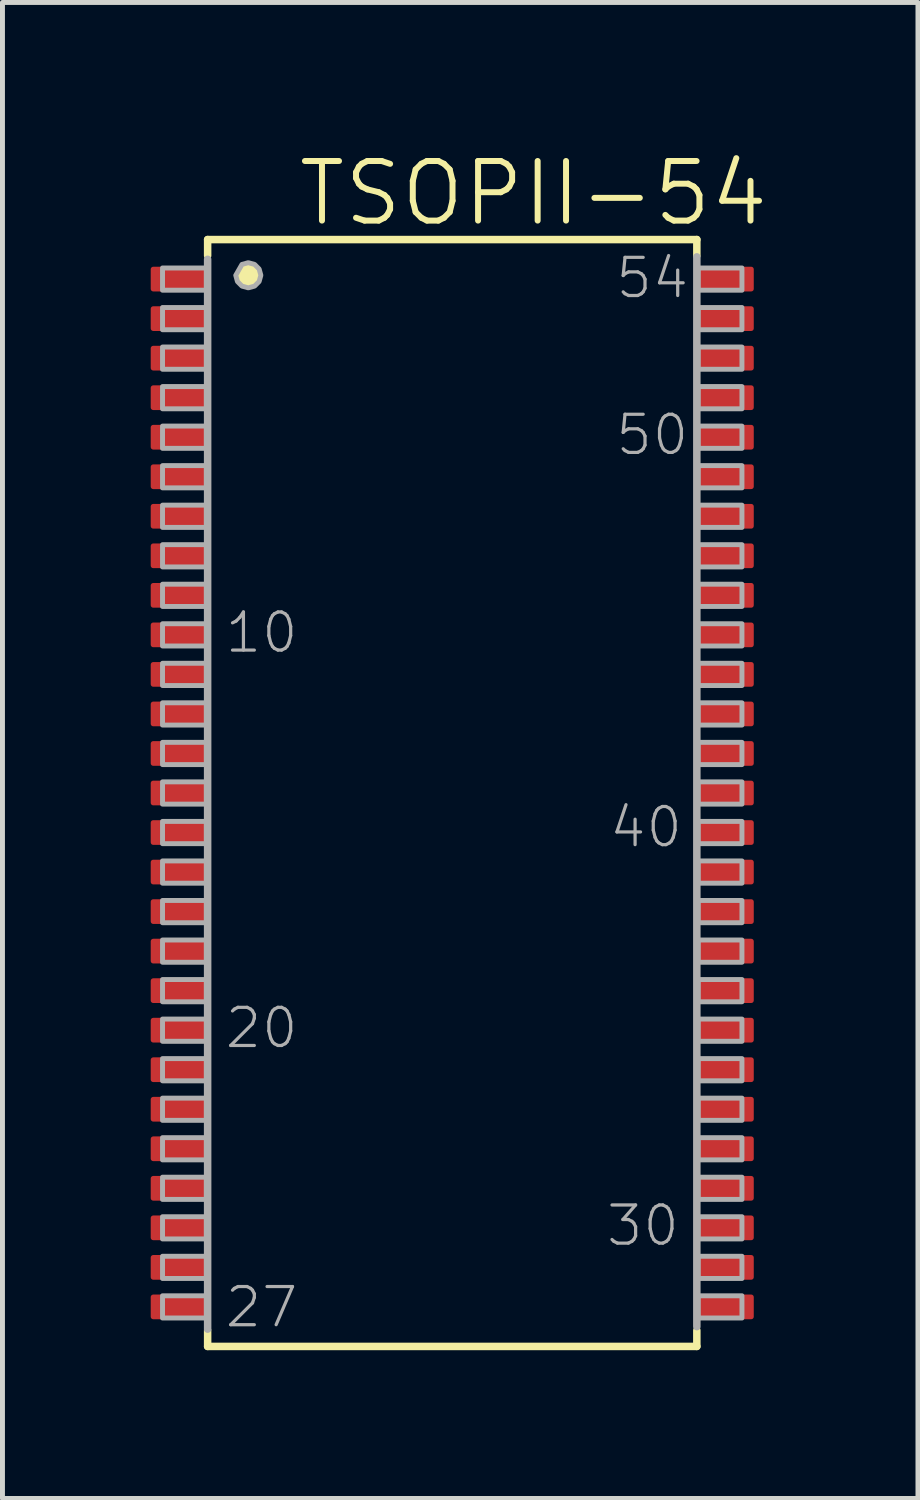
<source format=kicad_pcb>
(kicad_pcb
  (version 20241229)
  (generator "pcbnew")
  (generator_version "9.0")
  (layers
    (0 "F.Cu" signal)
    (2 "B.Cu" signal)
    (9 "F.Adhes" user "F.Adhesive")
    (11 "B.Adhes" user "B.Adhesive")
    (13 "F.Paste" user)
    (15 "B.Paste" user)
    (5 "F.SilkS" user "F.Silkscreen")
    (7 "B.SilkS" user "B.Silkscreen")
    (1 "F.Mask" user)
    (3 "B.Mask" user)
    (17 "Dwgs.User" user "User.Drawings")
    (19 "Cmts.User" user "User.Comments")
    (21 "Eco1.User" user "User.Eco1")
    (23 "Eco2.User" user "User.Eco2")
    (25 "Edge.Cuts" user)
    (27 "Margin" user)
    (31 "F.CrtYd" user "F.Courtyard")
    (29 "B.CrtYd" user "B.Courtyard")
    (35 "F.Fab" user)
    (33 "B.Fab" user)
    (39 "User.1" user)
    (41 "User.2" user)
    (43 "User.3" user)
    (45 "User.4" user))
  (footprint "TSOPII-54"
    (layer "F.Cu")
    (at 6.102 12.998)
    (property "Reference" "TSOPII-54" (at -3.175 -11.43 0) (layer "F.SilkS") (effects (font (size 1.206 1.206) (thickness 0.121)) (justify left bottom)))
    (attr through_hole)
    (fp_line (start -4.95 -11.2) (end -4.95 -10.875) (stroke (width 0.152) (type solid)) (layer "F.SilkS"))
    (fp_line (start -4.95 11.2) (end -4.95 10.875) (stroke (width 0.152) (type solid)) (layer "F.SilkS"))
    (fp_line (start -4.95 11.2) (end 4.95 11.2) (stroke (width 0.152) (type solid)) (layer "F.SilkS"))
    (fp_line (start 4.95 -11.2) (end -4.95 -11.2) (stroke (width 0.152) (type solid)) (layer "F.SilkS"))
    (fp_line (start 4.95 -11.2) (end 4.95 -10.875) (stroke (width 0.152) (type solid)) (layer "F.SilkS"))
    (fp_line (start 4.95 11.2) (end 4.95 10.875) (stroke (width 0.152) (type solid)) (layer "F.SilkS"))
    (fp_poly (pts (xy -4.381 -10.477) (xy -4.347 -10.351) (xy -4.255 -10.258) (xy -4.128 -10.223) (xy -4 -10.258) (xy -3.908 -10.351) (xy -3.873 -10.477) (xy -3.908 -10.604) (xy -4 -10.697) (xy -4.128 -10.732) (xy -4.255 -10.697)) (stroke (width 0) (type solid)) (fill yes) (layer "F.SilkS"))
    (fp_line (start -4.95 -10.8) (end -4.95 10.85) (stroke (width 0.152) (type solid)) (layer "F.Fab"))
    (fp_line (start 4.95 10.8) (end 4.95 -10.85) (stroke (width 0.152) (type solid)) (layer "F.Fab"))
    (fp_poly (pts (xy -5.863 -10.625) (xy -5.863 -10.175) (xy -4.975 -10.175) (xy -4.975 -10.625)) (stroke (width 0.1) (type solid)) (fill no) (layer "F.Fab"))
    (fp_poly (pts (xy -5.863 -9.825) (xy -5.863 -9.375) (xy -4.975 -9.375) (xy -4.975 -9.825)) (stroke (width 0.1) (type solid)) (fill no) (layer "F.Fab"))
    (fp_poly (pts (xy -5.863 -9.025) (xy -5.863 -8.575) (xy -4.975 -8.575) (xy -4.975 -9.025)) (stroke (width 0.1) (type solid)) (fill no) (layer "F.Fab"))
    (fp_poly (pts (xy -5.863 -8.225) (xy -5.863 -7.775) (xy -4.975 -7.775) (xy -4.975 -8.225)) (stroke (width 0.1) (type solid)) (fill no) (layer "F.Fab"))
    (fp_poly (pts (xy -5.863 -7.425) (xy -5.863 -6.975) (xy -4.975 -6.975) (xy -4.975 -7.425)) (stroke (width 0.1) (type solid)) (fill no) (layer "F.Fab"))
    (fp_poly (pts (xy -5.863 -6.625) (xy -5.863 -6.175) (xy -4.975 -6.175) (xy -4.975 -6.625)) (stroke (width 0.1) (type solid)) (fill no) (layer "F.Fab"))
    (fp_poly (pts (xy -5.863 -5.825) (xy -5.863 -5.375) (xy -4.975 -5.375) (xy -4.975 -5.825)) (stroke (width 0.1) (type solid)) (fill no) (layer "F.Fab"))
    (fp_poly (pts (xy -5.863 -5.025) (xy -5.863 -4.575) (xy -4.975 -4.575) (xy -4.975 -5.025)) (stroke (width 0.1) (type solid)) (fill no) (layer "F.Fab"))
    (fp_poly (pts (xy -5.863 -4.225) (xy -5.863 -3.775) (xy -4.975 -3.775) (xy -4.975 -4.225)) (stroke (width 0.1) (type solid)) (fill no) (layer "F.Fab"))
    (fp_poly (pts (xy -5.863 -3.425) (xy -5.863 -2.975) (xy -4.975 -2.975) (xy -4.975 -3.425)) (stroke (width 0.1) (type solid)) (fill no) (layer "F.Fab"))
    (fp_poly (pts (xy -5.863 -2.625) (xy -5.863 -2.175) (xy -4.975 -2.175) (xy -4.975 -2.625)) (stroke (width 0.1) (type solid)) (fill no) (layer "F.Fab"))
    (fp_poly (pts (xy -5.863 -1.825) (xy -5.863 -1.375) (xy -4.975 -1.375) (xy -4.975 -1.825)) (stroke (width 0.1) (type solid)) (fill no) (layer "F.Fab"))
    (fp_poly (pts (xy -5.863 -1.025) (xy -5.863 -0.575) (xy -4.975 -0.575) (xy -4.975 -1.025)) (stroke (width 0.1) (type solid)) (fill no) (layer "F.Fab"))
    (fp_poly (pts (xy -5.863 -0.225) (xy -5.863 0.225) (xy -4.975 0.225) (xy -4.975 -0.225)) (stroke (width 0.1) (type solid)) (fill no) (layer "F.Fab"))
    (fp_poly (pts (xy -5.863 0.575) (xy -5.863 1.025) (xy -4.975 1.025) (xy -4.975 0.575)) (stroke (width 0.1) (type solid)) (fill no) (layer "F.Fab"))
    (fp_poly (pts (xy -5.863 1.375) (xy -5.863 1.825) (xy -4.975 1.825) (xy -4.975 1.375)) (stroke (width 0.1) (type solid)) (fill no) (layer "F.Fab"))
    (fp_poly (pts (xy -5.863 2.175) (xy -5.863 2.625) (xy -4.975 2.625) (xy -4.975 2.175)) (stroke (width 0.1) (type solid)) (fill no) (layer "F.Fab"))
    (fp_poly (pts (xy -5.863 2.975) (xy -5.863 3.425) (xy -4.975 3.425) (xy -4.975 2.975)) (stroke (width 0.1) (type solid)) (fill no) (layer "F.Fab"))
    (fp_poly (pts (xy -5.863 3.775) (xy -5.863 4.225) (xy -4.975 4.225) (xy -4.975 3.775)) (stroke (width 0.1) (type solid)) (fill no) (layer "F.Fab"))
    (fp_poly (pts (xy -5.863 4.575) (xy -5.863 5.025) (xy -4.975 5.025) (xy -4.975 4.575)) (stroke (width 0.1) (type solid)) (fill no) (layer "F.Fab"))
    (fp_poly (pts (xy -5.863 5.375) (xy -5.863 5.825) (xy -4.975 5.825) (xy -4.975 5.375)) (stroke (width 0.1) (type solid)) (fill no) (layer "F.Fab"))
    (fp_poly (pts (xy -5.863 6.175) (xy -5.863 6.625) (xy -4.975 6.625) (xy -4.975 6.175)) (stroke (width 0.1) (type solid)) (fill no) (layer "F.Fab"))
    (fp_poly (pts (xy -5.863 6.975) (xy -5.863 7.425) (xy -4.975 7.425) (xy -4.975 6.975)) (stroke (width 0.1) (type solid)) (fill no) (layer "F.Fab"))
    (fp_poly (pts (xy -5.863 7.775) (xy -5.863 8.225) (xy -4.975 8.225) (xy -4.975 7.775)) (stroke (width 0.1) (type solid)) (fill no) (layer "F.Fab"))
    (fp_poly (pts (xy -5.863 8.575) (xy -5.863 9.025) (xy -4.975 9.025) (xy -4.975 8.575)) (stroke (width 0.1) (type solid)) (fill no) (layer "F.Fab"))
    (fp_poly (pts (xy -5.863 9.375) (xy -5.863 9.825) (xy -4.975 9.825) (xy -4.975 9.375)) (stroke (width 0.1) (type solid)) (fill no) (layer "F.Fab"))
    (fp_poly (pts (xy -5.863 10.175) (xy -5.863 10.625) (xy -4.975 10.625) (xy -4.975 10.175)) (stroke (width 0.1) (type solid)) (fill no) (layer "F.Fab"))
    (fp_poly (pts (xy 5.863 -10.175) (xy 5.863 -10.625) (xy 4.975 -10.625) (xy 4.975 -10.175)) (stroke (width 0.1) (type solid)) (fill no) (layer "F.Fab"))
    (fp_poly (pts (xy 5.863 -9.375) (xy 5.863 -9.825) (xy 4.975 -9.825) (xy 4.975 -9.375)) (stroke (width 0.1) (type solid)) (fill no) (layer "F.Fab"))
    (fp_poly (pts (xy 5.863 -8.575) (xy 5.863 -9.025) (xy 4.975 -9.025) (xy 4.975 -8.575)) (stroke (width 0.1) (type solid)) (fill no) (layer "F.Fab"))
    (fp_poly (pts (xy 5.863 -7.775) (xy 5.863 -8.225) (xy 4.975 -8.225) (xy 4.975 -7.775)) (stroke (width 0.1) (type solid)) (fill no) (layer "F.Fab"))
    (fp_poly (pts (xy 5.863 -6.975) (xy 5.863 -7.425) (xy 4.975 -7.425) (xy 4.975 -6.975)) (stroke (width 0.1) (type solid)) (fill no) (layer "F.Fab"))
    (fp_poly (pts (xy 5.863 -6.175) (xy 5.863 -6.625) (xy 4.975 -6.625) (xy 4.975 -6.175)) (stroke (width 0.1) (type solid)) (fill no) (layer "F.Fab"))
    (fp_poly (pts (xy 5.863 -5.375) (xy 5.863 -5.825) (xy 4.975 -5.825) (xy 4.975 -5.375)) (stroke (width 0.1) (type solid)) (fill no) (layer "F.Fab"))
    (fp_poly (pts (xy 5.863 -4.575) (xy 5.863 -5.025) (xy 4.975 -5.025) (xy 4.975 -4.575)) (stroke (width 0.1) (type solid)) (fill no) (layer "F.Fab"))
    (fp_poly (pts (xy 5.863 -3.775) (xy 5.863 -4.225) (xy 4.975 -4.225) (xy 4.975 -3.775)) (stroke (width 0.1) (type solid)) (fill no) (layer "F.Fab"))
    (fp_poly (pts (xy 5.863 -2.975) (xy 5.863 -3.425) (xy 4.975 -3.425) (xy 4.975 -2.975)) (stroke (width 0.1) (type solid)) (fill no) (layer "F.Fab"))
    (fp_poly (pts (xy 5.863 -2.175) (xy 5.863 -2.625) (xy 4.975 -2.625) (xy 4.975 -2.175)) (stroke (width 0.1) (type solid)) (fill no) (layer "F.Fab"))
    (fp_poly (pts (xy 5.863 -1.375) (xy 5.863 -1.825) (xy 4.975 -1.825) (xy 4.975 -1.375)) (stroke (width 0.1) (type solid)) (fill no) (layer "F.Fab"))
    (fp_poly (pts (xy 5.863 -0.575) (xy 5.863 -1.025) (xy 4.975 -1.025) (xy 4.975 -0.575)) (stroke (width 0.1) (type solid)) (fill no) (layer "F.Fab"))
    (fp_poly (pts (xy 5.863 0.225) (xy 5.863 -0.225) (xy 4.975 -0.225) (xy 4.975 0.225)) (stroke (width 0.1) (type solid)) (fill no) (layer "F.Fab"))
    (fp_poly (pts (xy 5.863 1.025) (xy 5.863 0.575) (xy 4.975 0.575) (xy 4.975 1.025)) (stroke (width 0.1) (type solid)) (fill no) (layer "F.Fab"))
    (fp_poly (pts (xy 5.863 1.825) (xy 5.863 1.375) (xy 4.975 1.375) (xy 4.975 1.825)) (stroke (width 0.1) (type solid)) (fill no) (layer "F.Fab"))
    (fp_poly (pts (xy 5.863 2.625) (xy 5.863 2.175) (xy 4.975 2.175) (xy 4.975 2.625)) (stroke (width 0.1) (type solid)) (fill no) (layer "F.Fab"))
    (fp_poly (pts (xy 5.863 3.425) (xy 5.863 2.975) (xy 4.975 2.975) (xy 4.975 3.425)) (stroke (width 0.1) (type solid)) (fill no) (layer "F.Fab"))
    (fp_poly (pts (xy 5.863 4.225) (xy 5.863 3.775) (xy 4.975 3.775) (xy 4.975 4.225)) (stroke (width 0.1) (type solid)) (fill no) (layer "F.Fab"))
    (fp_poly (pts (xy 5.863 5.025) (xy 5.863 4.575) (xy 4.975 4.575) (xy 4.975 5.025)) (stroke (width 0.1) (type solid)) (fill no) (layer "F.Fab"))
    (fp_poly (pts (xy 5.863 5.825) (xy 5.863 5.375) (xy 4.975 5.375) (xy 4.975 5.825)) (stroke (width 0.1) (type solid)) (fill no) (layer "F.Fab"))
    (fp_poly (pts (xy 5.863 6.625) (xy 5.863 6.175) (xy 4.975 6.175) (xy 4.975 6.625)) (stroke (width 0.1) (type solid)) (fill no) (layer "F.Fab"))
    (fp_poly (pts (xy 5.863 7.425) (xy 5.863 6.975) (xy 4.975 6.975) (xy 4.975 7.425)) (stroke (width 0.1) (type solid)) (fill no) (layer "F.Fab"))
    (fp_poly (pts (xy 5.863 8.225) (xy 5.863 7.775) (xy 4.975 7.775) (xy 4.975 8.225)) (stroke (width 0.1) (type solid)) (fill no) (layer "F.Fab"))
    (fp_poly (pts (xy 5.863 9.025) (xy 5.863 8.575) (xy 4.975 8.575) (xy 4.975 9.025)) (stroke (width 0.1) (type solid)) (fill no) (layer "F.Fab"))
    (fp_poly (pts (xy 5.863 9.825) (xy 5.863 9.375) (xy 4.975 9.375) (xy 4.975 9.825)) (stroke (width 0.1) (type solid)) (fill no) (layer "F.Fab"))
    (fp_poly (pts (xy 5.863 10.625) (xy 5.863 10.175) (xy 4.975 10.175) (xy 4.975 10.625)) (stroke (width 0.1) (type solid)) (fill no) (layer "F.Fab"))
    (fp_poly (pts (xy -4.381 -10.477) (xy -4.347 -10.351) (xy -4.255 -10.258) (xy -4.128 -10.223) (xy -4 -10.258) (xy -3.908 -10.351) (xy -3.873 -10.477) (xy -3.908 -10.604) (xy -4 -10.697) (xy -4.128 -10.732) (xy -4.255 -10.697)) (stroke (width 0.1) (type solid)) (fill no) (layer "F.Fab"))
    (fp_text user "50" (at 4.826 -6.795 0) (layer "F.Fab") (effects (font (size 0.772 0.772) (thickness 0.065)) (justify right bottom)))
    (fp_text user "20" (at -4.636 5.207 0) (layer "F.Fab") (effects (font (size 0.772 0.772) (thickness 0.065)) (justify left bottom)))
    (fp_text user "10" (at -4.636 -2.794 0) (layer "F.Fab") (effects (font (size 0.772 0.772) (thickness 0.065)) (justify left bottom)))
    (fp_text user "30" (at 4.636 9.207 0) (layer "F.Fab") (effects (font (size 0.772 0.772) (thickness 0.065)) (justify right bottom)))
    (fp_text user "27" (at -4.636 10.858 0) (layer "F.Fab") (effects (font (size 0.772 0.772) (thickness 0.065)) (justify left bottom)))
    (fp_text user "40" (at 4.699 1.143 0) (layer "F.Fab") (effects (font (size 0.772 0.772) (thickness 0.065)) (justify right bottom)))
    (fp_text user "54" (at 4.826 -9.97 0) (layer "F.Fab") (effects (font (size 0.772 0.772) (thickness 0.065)) (justify right bottom)))
    (pad "1" smd roundrect (at -5.502 -10.4 270) (size 0.5 1.2) (layers "F.Cu" "F.Mask" "F.Paste") (roundrect_rratio 0.102))
    (pad "2" smd roundrect (at -5.502 -9.6 270) (size 0.5 1.2) (layers "F.Cu" "F.Mask" "F.Paste") (roundrect_rratio 0.102))
    (pad "3" smd roundrect (at -5.502 -8.8 270) (size 0.5 1.2) (layers "F.Cu" "F.Mask" "F.Paste") (roundrect_rratio 0.102))
    (pad "4" smd roundrect (at -5.502 -8 270) (size 0.5 1.2) (layers "F.Cu" "F.Mask" "F.Paste") (roundrect_rratio 0.102))
    (pad "5" smd roundrect (at -5.502 -7.2 270) (size 0.5 1.2) (layers "F.Cu" "F.Mask" "F.Paste") (roundrect_rratio 0.102))
    (pad "6" smd roundrect (at -5.502 -6.4 270) (size 0.5 1.2) (layers "F.Cu" "F.Mask" "F.Paste") (roundrect_rratio 0.102))
    (pad "7" smd roundrect (at -5.502 -5.6 270) (size 0.5 1.2) (layers "F.Cu" "F.Mask" "F.Paste") (roundrect_rratio 0.102))
    (pad "8" smd roundrect (at -5.502 -4.8 270) (size 0.5 1.2) (layers "F.Cu" "F.Mask" "F.Paste") (roundrect_rratio 0.102))
    (pad "9" smd roundrect (at -5.502 -4 270) (size 0.5 1.2) (layers "F.Cu" "F.Mask" "F.Paste") (roundrect_rratio 0.102))
    (pad "10" smd roundrect (at -5.502 -3.2 270) (size 0.5 1.2) (layers "F.Cu" "F.Mask" "F.Paste") (roundrect_rratio 0.102))
    (pad "11" smd roundrect (at -5.502 -2.4 270) (size 0.5 1.2) (layers "F.Cu" "F.Mask" "F.Paste") (roundrect_rratio 0.102))
    (pad "12" smd roundrect (at -5.502 -1.6 270) (size 0.5 1.2) (layers "F.Cu" "F.Mask" "F.Paste") (roundrect_rratio 0.102))
    (pad "13" smd roundrect (at -5.502 -0.8 270) (size 0.5 1.2) (layers "F.Cu" "F.Mask" "F.Paste") (roundrect_rratio 0.102))
    (pad "14" smd roundrect (at -5.502 0 270) (size 0.5 1.2) (layers "F.Cu" "F.Mask" "F.Paste") (roundrect_rratio 0.102))
    (pad "15" smd roundrect (at -5.502 0.8 270) (size 0.5 1.2) (layers "F.Cu" "F.Mask" "F.Paste") (roundrect_rratio 0.102))
    (pad "16" smd roundrect (at -5.502 1.6 270) (size 0.5 1.2) (layers "F.Cu" "F.Mask" "F.Paste") (roundrect_rratio 0.102))
    (pad "17" smd roundrect (at -5.502 2.4 270) (size 0.5 1.2) (layers "F.Cu" "F.Mask" "F.Paste") (roundrect_rratio 0.102))
    (pad "18" smd roundrect (at -5.502 3.2 270) (size 0.5 1.2) (layers "F.Cu" "F.Mask" "F.Paste") (roundrect_rratio 0.102))
    (pad "19" smd roundrect (at -5.502 4 270) (size 0.5 1.2) (layers "F.Cu" "F.Mask" "F.Paste") (roundrect_rratio 0.102))
    (pad "20" smd roundrect (at -5.502 4.8 270) (size 0.5 1.2) (layers "F.Cu" "F.Mask" "F.Paste") (roundrect_rratio 0.102))
    (pad "21" smd roundrect (at -5.502 5.6 270) (size 0.5 1.2) (layers "F.Cu" "F.Mask" "F.Paste") (roundrect_rratio 0.102))
    (pad "22" smd roundrect (at -5.502 6.4 270) (size 0.5 1.2) (layers "F.Cu" "F.Mask" "F.Paste") (roundrect_rratio 0.102))
    (pad "23" smd roundrect (at -5.502 7.2 270) (size 0.5 1.2) (layers "F.Cu" "F.Mask" "F.Paste") (roundrect_rratio 0.102))
    (pad "24" smd roundrect (at -5.502 8 270) (size 0.5 1.2) (layers "F.Cu" "F.Mask" "F.Paste") (roundrect_rratio 0.102))
    (pad "25" smd roundrect (at -5.502 8.8 270) (size 0.5 1.2) (layers "F.Cu" "F.Mask" "F.Paste") (roundrect_rratio 0.102))
    (pad "26" smd roundrect (at -5.502 9.6 270) (size 0.5 1.2) (layers "F.Cu" "F.Mask" "F.Paste") (roundrect_rratio 0.102))
    (pad "27" smd roundrect (at -5.502 10.4 270) (size 0.5 1.2) (layers "F.Cu" "F.Mask" "F.Paste") (roundrect_rratio 0.102))
    (pad "28" smd roundrect (at 5.502 10.4 90) (size 0.5 1.2) (layers "F.Cu" "F.Mask" "F.Paste") (roundrect_rratio 0.102))
    (pad "29" smd roundrect (at 5.502 9.6 90) (size 0.5 1.2) (layers "F.Cu" "F.Mask" "F.Paste") (roundrect_rratio 0.102))
    (pad "30" smd roundrect (at 5.502 8.8 90) (size 0.5 1.2) (layers "F.Cu" "F.Mask" "F.Paste") (roundrect_rratio 0.102))
    (pad "31" smd roundrect (at 5.502 8 90) (size 0.5 1.2) (layers "F.Cu" "F.Mask" "F.Paste") (roundrect_rratio 0.102))
    (pad "32" smd roundrect (at 5.502 7.2 90) (size 0.5 1.2) (layers "F.Cu" "F.Mask" "F.Paste") (roundrect_rratio 0.102))
    (pad "33" smd roundrect (at 5.502 6.4 90) (size 0.5 1.2) (layers "F.Cu" "F.Mask" "F.Paste") (roundrect_rratio 0.102))
    (pad "34" smd roundrect (at 5.502 5.6 90) (size 0.5 1.2) (layers "F.Cu" "F.Mask" "F.Paste") (roundrect_rratio 0.102))
    (pad "35" smd roundrect (at 5.502 4.8 90) (size 0.5 1.2) (layers "F.Cu" "F.Mask" "F.Paste") (roundrect_rratio 0.102))
    (pad "36" smd roundrect (at 5.502 4 90) (size 0.5 1.2) (layers "F.Cu" "F.Mask" "F.Paste") (roundrect_rratio 0.102))
    (pad "37" smd roundrect (at 5.502 3.2 90) (size 0.5 1.2) (layers "F.Cu" "F.Mask" "F.Paste") (roundrect_rratio 0.102))
    (pad "38" smd roundrect (at 5.502 2.4 90) (size 0.5 1.2) (layers "F.Cu" "F.Mask" "F.Paste") (roundrect_rratio 0.102))
    (pad "39" smd roundrect (at 5.502 1.6 90) (size 0.5 1.2) (layers "F.Cu" "F.Mask" "F.Paste") (roundrect_rratio 0.102))
    (pad "40" smd roundrect (at 5.502 0.8 90) (size 0.5 1.2) (layers "F.Cu" "F.Mask" "F.Paste") (roundrect_rratio 0.102))
    (pad "41" smd roundrect (at 5.502 0 90) (size 0.5 1.2) (layers "F.Cu" "F.Mask" "F.Paste") (roundrect_rratio 0.102))
    (pad "42" smd roundrect (at 5.502 -0.8 90) (size 0.5 1.2) (layers "F.Cu" "F.Mask" "F.Paste") (roundrect_rratio 0.102))
    (pad "43" smd roundrect (at 5.502 -1.6 90) (size 0.5 1.2) (layers "F.Cu" "F.Mask" "F.Paste") (roundrect_rratio 0.102))
    (pad "44" smd roundrect (at 5.502 -2.4 90) (size 0.5 1.2) (layers "F.Cu" "F.Mask" "F.Paste") (roundrect_rratio 0.102))
    (pad "45" smd roundrect (at 5.502 -3.2 90) (size 0.5 1.2) (layers "F.Cu" "F.Mask" "F.Paste") (roundrect_rratio 0.102))
    (pad "46" smd roundrect (at 5.502 -4 90) (size 0.5 1.2) (layers "F.Cu" "F.Mask" "F.Paste") (roundrect_rratio 0.102))
    (pad "47" smd roundrect (at 5.502 -4.8 90) (size 0.5 1.2) (layers "F.Cu" "F.Mask" "F.Paste") (roundrect_rratio 0.102))
    (pad "48" smd roundrect (at 5.502 -5.6 90) (size 0.5 1.2) (layers "F.Cu" "F.Mask" "F.Paste") (roundrect_rratio 0.102))
    (pad "49" smd roundrect (at 5.502 -6.4 90) (size 0.5 1.2) (layers "F.Cu" "F.Mask" "F.Paste") (roundrect_rratio 0.102))
    (pad "50" smd roundrect (at 5.502 -7.2 90) (size 0.5 1.2) (layers "F.Cu" "F.Mask" "F.Paste") (roundrect_rratio 0.102))
    (pad "51" smd roundrect (at 5.502 -8 90) (size 0.5 1.2) (layers "F.Cu" "F.Mask" "F.Paste") (roundrect_rratio 0.102))
    (pad "52" smd roundrect (at 5.502 -8.8 90) (size 0.5 1.2) (layers "F.Cu" "F.Mask" "F.Paste") (roundrect_rratio 0.102))
    (pad "53" smd roundrect (at 5.502 -9.6 90) (size 0.5 1.2) (layers "F.Cu" "F.Mask" "F.Paste") (roundrect_rratio 0.102))
    (pad "54" smd roundrect (at 5.502 -10.4 90) (size 0.5 1.2) (layers "F.Cu" "F.Mask" "F.Paste") (roundrect_rratio 0.102)))
  (gr_rect
    (start -3 -3)
    (end 15.527 27.275)
    (stroke (width 0.1) (type default))
    (fill no)
    (layer "Edge.Cuts")))
</source>
